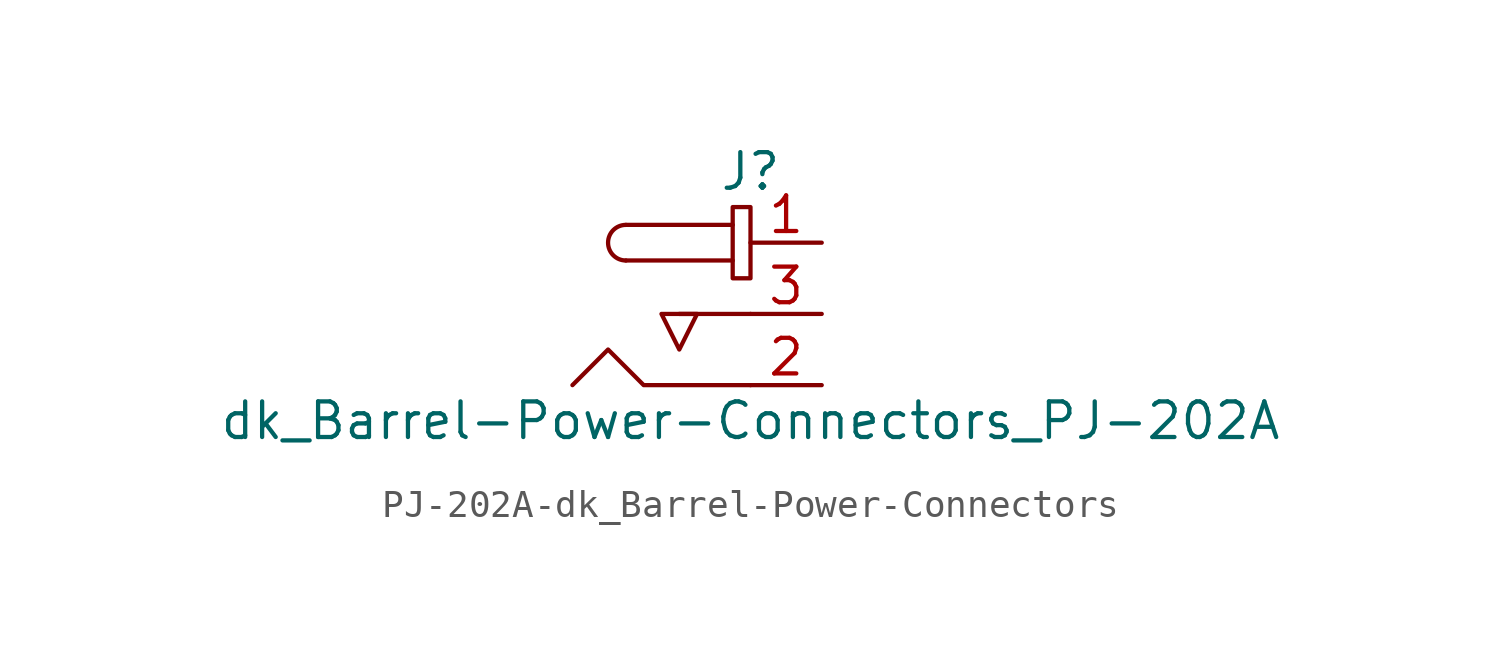
<source format=kicad_sym>
(kicad_symbol_lib
  (version 20231120)
  (generator "kicad_symbol_editor")
  (generator_version "8.0")
  (symbol "PJ-202A-dk_Barrel-Power-Connectors"
    (pin_names
      (offset 1.016))
    (property "Reference" "J"
      (at 0 2.54 0)
      (effects (font (size 1.27 1.27))))
    (property "Value" "dk_Barrel-Power-Connectors_PJ-202A"
      (at 0 -6.35 0)
      (effects (font (size 1.27 1.27))))
    (symbol "PJ-202A-dk_Barrel-Power-Connectors_1_1"
      (arc (start -4.445 0.635) (mid -5.08 0) (end -4.445 -0.635) (stroke (width 0) (type solid)) (fill (type none)))
      (rectangle (start -0.635 1.27) (end 0 -1.27) (stroke (width 0) (type solid)) (fill (type none)))
      (polyline (pts (xy -0.635 -0.635) (xy -4.445 -0.635)) (stroke (width 0) (type solid)) (fill (type none)))
      (polyline (pts (xy -0.635 0.635) (xy -4.445 0.635)) (stroke (width 0) (type solid)) (fill (type none)))
      (polyline (pts (xy 0 -2.54) (xy -1.27 -2.54) (xy -2.54 -2.54)) (stroke (width 0) (type solid)) (fill (type none)))
      (polyline (pts (xy 0 -5.08) (xy -3.81 -5.08) (xy -5.08 -3.81) (xy -6.35 -5.08)) (stroke (width 0) (type solid)) (fill (type none)))
      (polyline (pts (xy -2.54 -2.54) (xy -3.175 -2.54) (xy -2.54 -3.81) (xy -1.905 -2.54) (xy -2.54 -2.54)) (stroke (width 0) (type solid)) (fill (type none)))
      (pin passive line (at 2.54 0 180) (length 2.54) (name "~" (effects (font (size 1.27 1.27)))) (number "1" (effects (font (size 1.27 1.27)))))
      (pin passive line (at 2.54 -5.08 180) (length 2.54) (name "~" (effects (font (size 1.27 1.27)))) (number "2" (effects (font (size 1.27 1.27)))))
      (pin passive line (at 2.54 -2.54 180) (length 2.54) (name "~" (effects (font (size 1.27 1.27)))) (number "3" (effects (font (size 1.27 1.27))))))))
</source>
